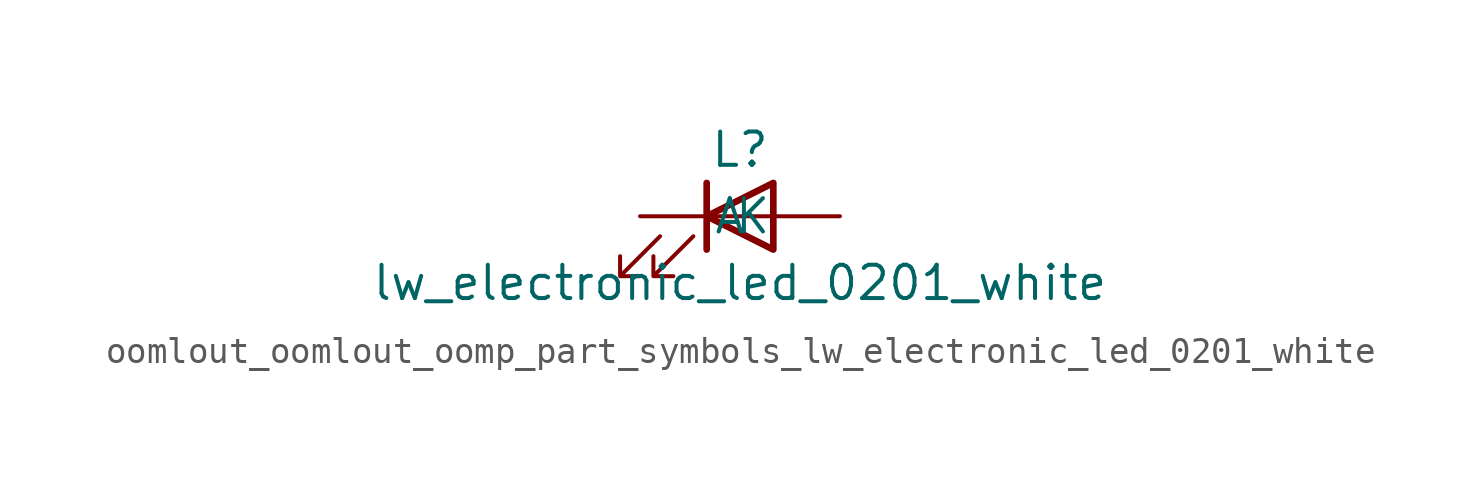
<source format=kicad_sym>
(kicad_symbol_lib
  (version 20220914)
  (generator kicad_symbol_editor)
  (symbol "oomlout_oomlout_oomp_part_symbols_lw_electronic_led_0201_white"
    (pin_numbers hide)
    (pin_names
      (offset 1.016))
    (property "Reference" "L"
      (at 0 2.54 0)
      (effects (font (size 1.27 1.27))))
    (property "Value" "lw_electronic_led_0201_white"
      (at 0 -2.54 0)
      (effects (font (size 1.27 1.27))))
    (symbol "oomlout_oomlout_oomp_part_symbols_lw_electronic_led_0201_white_0_1"
      (polyline (pts (xy -1.27 -1.27) (xy -1.27 1.27)) (stroke (width 0.254) (type default)) (fill (type none)))
      (polyline (pts (xy -1.27 0) (xy 1.27 0)) (stroke (width 0) (type default)) (fill (type none)))
      (polyline (pts (xy 1.27 -1.27) (xy 1.27 1.27) (xy -1.27 0) (xy 1.27 -1.27)) (stroke (width 0.254) (type default)) (fill (type none)))
      (polyline (pts (xy -3.048 -0.762) (xy -4.572 -2.286) (xy -3.81 -2.286) (xy -4.572 -2.286) (xy -4.572 -1.524)) (stroke (width 0) (type default)) (fill (type none)))
      (polyline (pts (xy -1.778 -0.762) (xy -3.302 -2.286) (xy -2.54 -2.286) (xy -3.302 -2.286) (xy -3.302 -1.524)) (stroke (width 0) (type default)) (fill (type none))))
    (symbol "oomlout_oomlout_oomp_part_symbols_lw_electronic_led_0201_white_1_1"
      (pin passive line (at -3.81 0 0) (length 2.54) (name "K" (effects (font (size 1.27 1.27)))) (number "1" (effects (font (size 1.27 1.27)))))
      (pin passive line (at 3.81 0 180) (length 2.54) (name "A" (effects (font (size 1.27 1.27)))) (number "2" (effects (font (size 1.27 1.27))))))))
</source>
